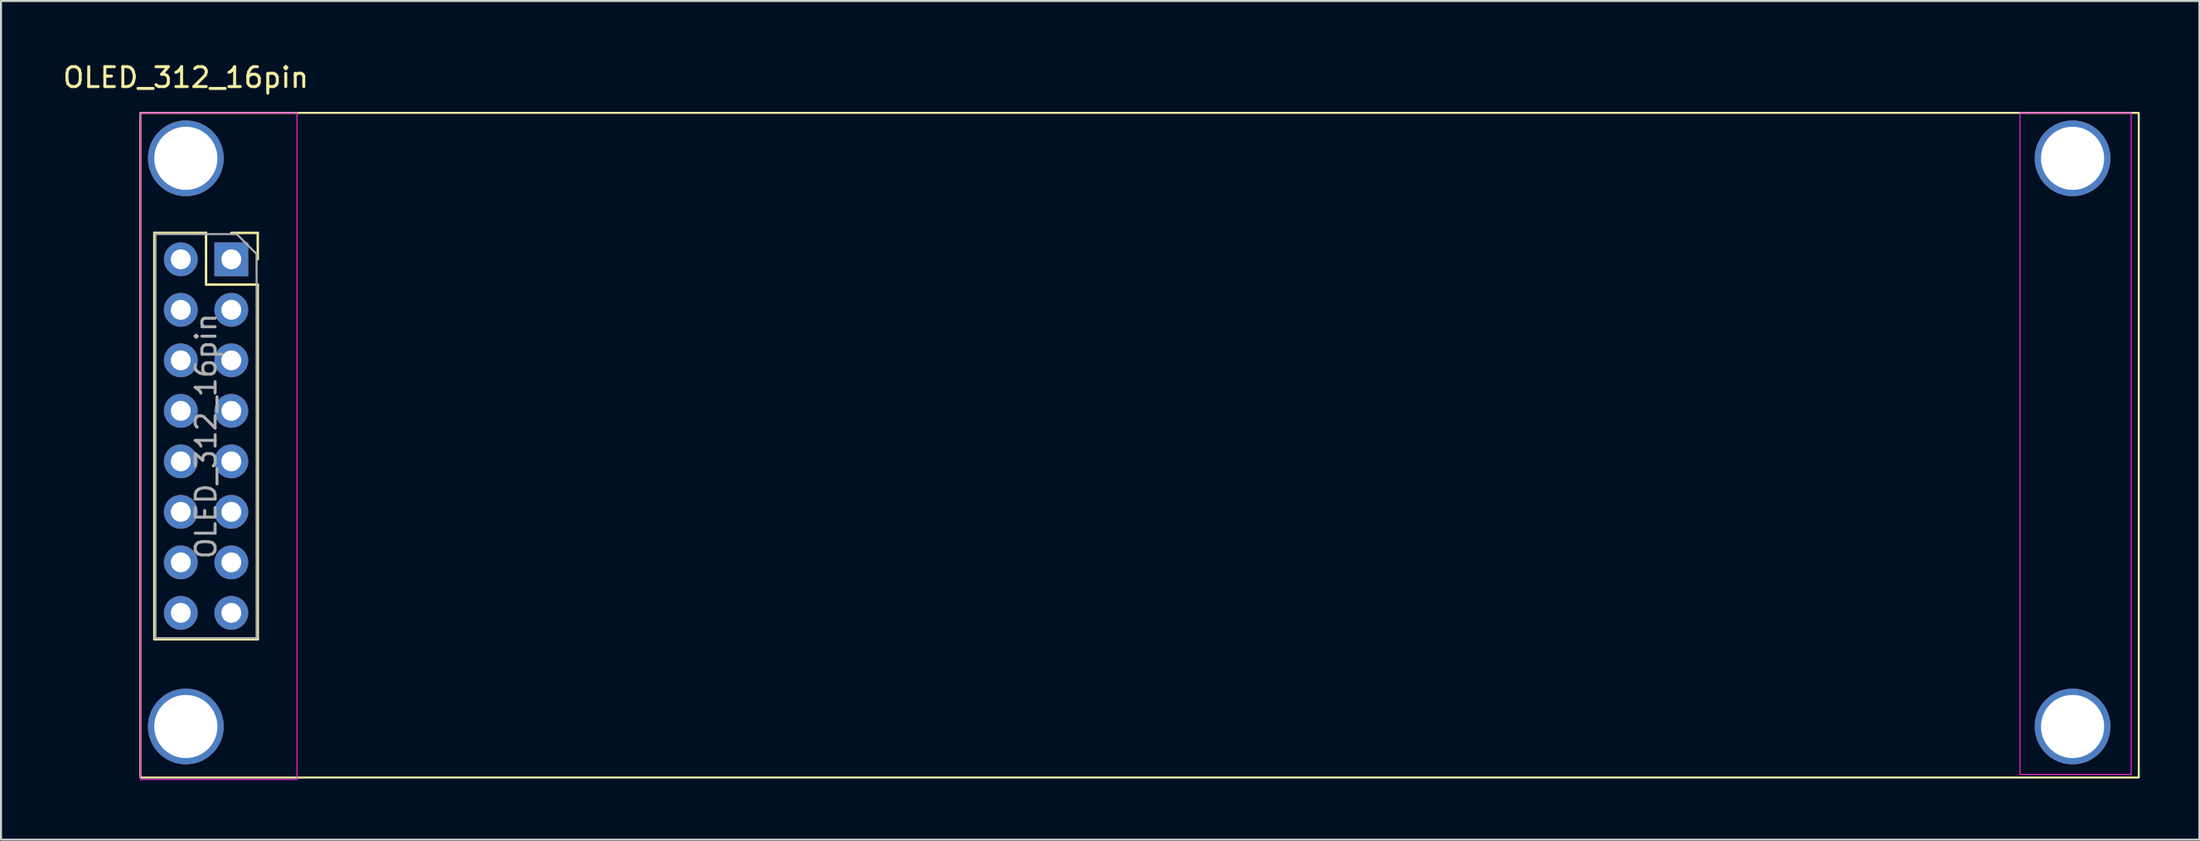
<source format=kicad_pcb>
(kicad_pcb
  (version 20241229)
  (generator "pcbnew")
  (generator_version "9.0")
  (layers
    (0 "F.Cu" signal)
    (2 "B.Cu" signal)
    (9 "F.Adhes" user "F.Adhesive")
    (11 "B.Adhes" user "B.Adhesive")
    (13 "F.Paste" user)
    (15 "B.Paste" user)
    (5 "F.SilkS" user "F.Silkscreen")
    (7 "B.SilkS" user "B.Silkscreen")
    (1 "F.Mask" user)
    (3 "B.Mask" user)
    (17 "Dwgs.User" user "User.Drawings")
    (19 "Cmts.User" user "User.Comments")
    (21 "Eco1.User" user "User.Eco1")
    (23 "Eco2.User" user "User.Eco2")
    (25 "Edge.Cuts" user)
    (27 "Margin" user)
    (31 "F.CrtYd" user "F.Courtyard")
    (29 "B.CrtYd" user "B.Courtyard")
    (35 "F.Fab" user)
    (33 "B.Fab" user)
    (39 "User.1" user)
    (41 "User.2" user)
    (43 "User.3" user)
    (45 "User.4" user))
  (footprint "OLED_312_16pin"
    (layer "F.Cu")
    (at 4.006 2.626)
    (property "Reference" "OLED_312_16pin" (at 2.286 -1.778 0) (layer "F.SilkS") (effects (font (size 1 1) (thickness 0.15))))
    (attr through_hole)
    (fp_line (start 0.702 6.036) (end 0.702 26.476) (stroke (width 0.12) (type solid)) (layer "F.SilkS"))
    (fp_line (start 0.702 6.036) (end 3.302 6.036) (stroke (width 0.12) (type solid)) (layer "F.SilkS"))
    (fp_line (start 0.702 26.476) (end 5.902 26.476) (stroke (width 0.12) (type solid)) (layer "F.SilkS"))
    (fp_line (start 3.302 6.036) (end 3.302 8.636) (stroke (width 0.12) (type solid)) (layer "F.SilkS"))
    (fp_line (start 3.302 8.636) (end 5.902 8.636) (stroke (width 0.12) (type solid)) (layer "F.SilkS"))
    (fp_line (start 4.572 6.036) (end 5.902 6.036) (stroke (width 0.12) (type solid)) (layer "F.SilkS"))
    (fp_line (start 5.902 6.036) (end 5.902 7.366) (stroke (width 0.12) (type solid)) (layer "F.SilkS"))
    (fp_line (start 5.902 8.636) (end 5.902 26.476) (stroke (width 0.12) (type solid)) (layer "F.SilkS"))
    (fp_rect (start 0 0) (end 100.457 33.426) (stroke (width 0.1) (type solid)) (fill no) (layer "F.SilkS"))
    (fp_rect (start 0 0) (end 7.874 33.528) (stroke (width 0.05) (type default)) (fill no) (layer "F.CrtYd"))
    (fp_rect (start 94.488 0) (end 100.076 33.274) (stroke (width 0.05) (type default)) (fill no) (layer "F.CrtYd"))
    (fp_line (start 0.762 6.096) (end 4.842 6.096) (stroke (width 0.1) (type solid)) (layer "F.Fab"))
    (fp_line (start 0.762 26.416) (end 0.762 6.096) (stroke (width 0.1) (type solid)) (layer "F.Fab"))
    (fp_line (start 4.842 6.096) (end 5.842 7.096) (stroke (width 0.1) (type solid)) (layer "F.Fab"))
    (fp_line (start 5.842 7.096) (end 5.842 26.416) (stroke (width 0.1) (type solid)) (layer "F.Fab"))
    (fp_line (start 5.842 26.416) (end 0.762 26.416) (stroke (width 0.1) (type solid)) (layer "F.Fab"))
    (fp_text user "${REFERENCE}" (at 3.302 16.256 90) (layer "F.Fab") (effects (font (size 1 1) (thickness 0.15))))
    (pad "1" thru_hole rect (at 4.572 7.366) (size 1.7 1.7) (drill 1) (layers "*.Cu" "*.Mask"))
    (pad "2" thru_hole circle (at 2.032 7.366) (size 1.7 1.7) (drill 1) (layers "*.Cu" "*.Mask"))
    (pad "3" thru_hole circle (at 4.572 9.906) (size 1.7 1.7) (drill 1) (layers "*.Cu" "*.Mask"))
    (pad "4" thru_hole circle (at 2.032 9.906) (size 1.7 1.7) (drill 1) (layers "*.Cu" "*.Mask"))
    (pad "5" thru_hole circle (at 4.572 12.446) (size 1.7 1.7) (drill 1) (layers "*.Cu" "*.Mask"))
    (pad "6" thru_hole circle (at 2.032 12.446) (size 1.7 1.7) (drill 1) (layers "*.Cu" "*.Mask"))
    (pad "7" thru_hole circle (at 4.572 14.986) (size 1.7 1.7) (drill 1) (layers "*.Cu" "*.Mask"))
    (pad "8" thru_hole circle (at 2.032 14.986) (size 1.7 1.7) (drill 1) (layers "*.Cu" "*.Mask"))
    (pad "9" thru_hole circle (at 4.572 17.526) (size 1.7 1.7) (drill 1) (layers "*.Cu" "*.Mask"))
    (pad "10" thru_hole circle (at 2.032 17.526) (size 1.7 1.7) (drill 1) (layers "*.Cu" "*.Mask"))
    (pad "11" thru_hole circle (at 4.572 20.066) (size 1.7 1.7) (drill 1) (layers "*.Cu" "*.Mask"))
    (pad "12" thru_hole circle (at 2.032 20.066) (size 1.7 1.7) (drill 1) (layers "*.Cu" "*.Mask"))
    (pad "13" thru_hole circle (at 4.572 22.606) (size 1.7 1.7) (drill 1) (layers "*.Cu" "*.Mask"))
    (pad "14" thru_hole circle (at 2.032 22.606) (size 1.7 1.7) (drill 1) (layers "*.Cu" "*.Mask"))
    (pad "15" thru_hole circle (at 4.572 25.146) (size 1.7 1.7) (drill 1) (layers "*.Cu" "*.Mask"))
    (pad "16" thru_hole circle (at 2.032 25.146) (size 1.7 1.7) (drill 1) (layers "*.Cu" "*.Mask"))
    (pad "17" thru_hole circle (at 2.286 2.286) (size 3.81 3.81) (drill 3.175) (layers "*.Cu" "*.Mask"))
    (pad "17" thru_hole circle (at 2.286 30.861) (size 3.81 3.81) (drill 3.175) (layers "*.Cu" "*.Mask"))
    (pad "17" thru_hole circle (at 97.13 2.286) (size 3.81 3.81) (drill 3.175) (layers "*.Cu" "*.Mask"))
    (pad "17" thru_hole circle (at 97.13 30.861) (size 3.81 3.81) (drill 3.175) (layers "*.Cu" "*.Mask")))
  (gr_rect
    (start -3 -3)
    (end 107.513 39.179)
    (stroke (width 0.1) (type default))
    (fill no)
    (layer "Edge.Cuts")))
</source>
